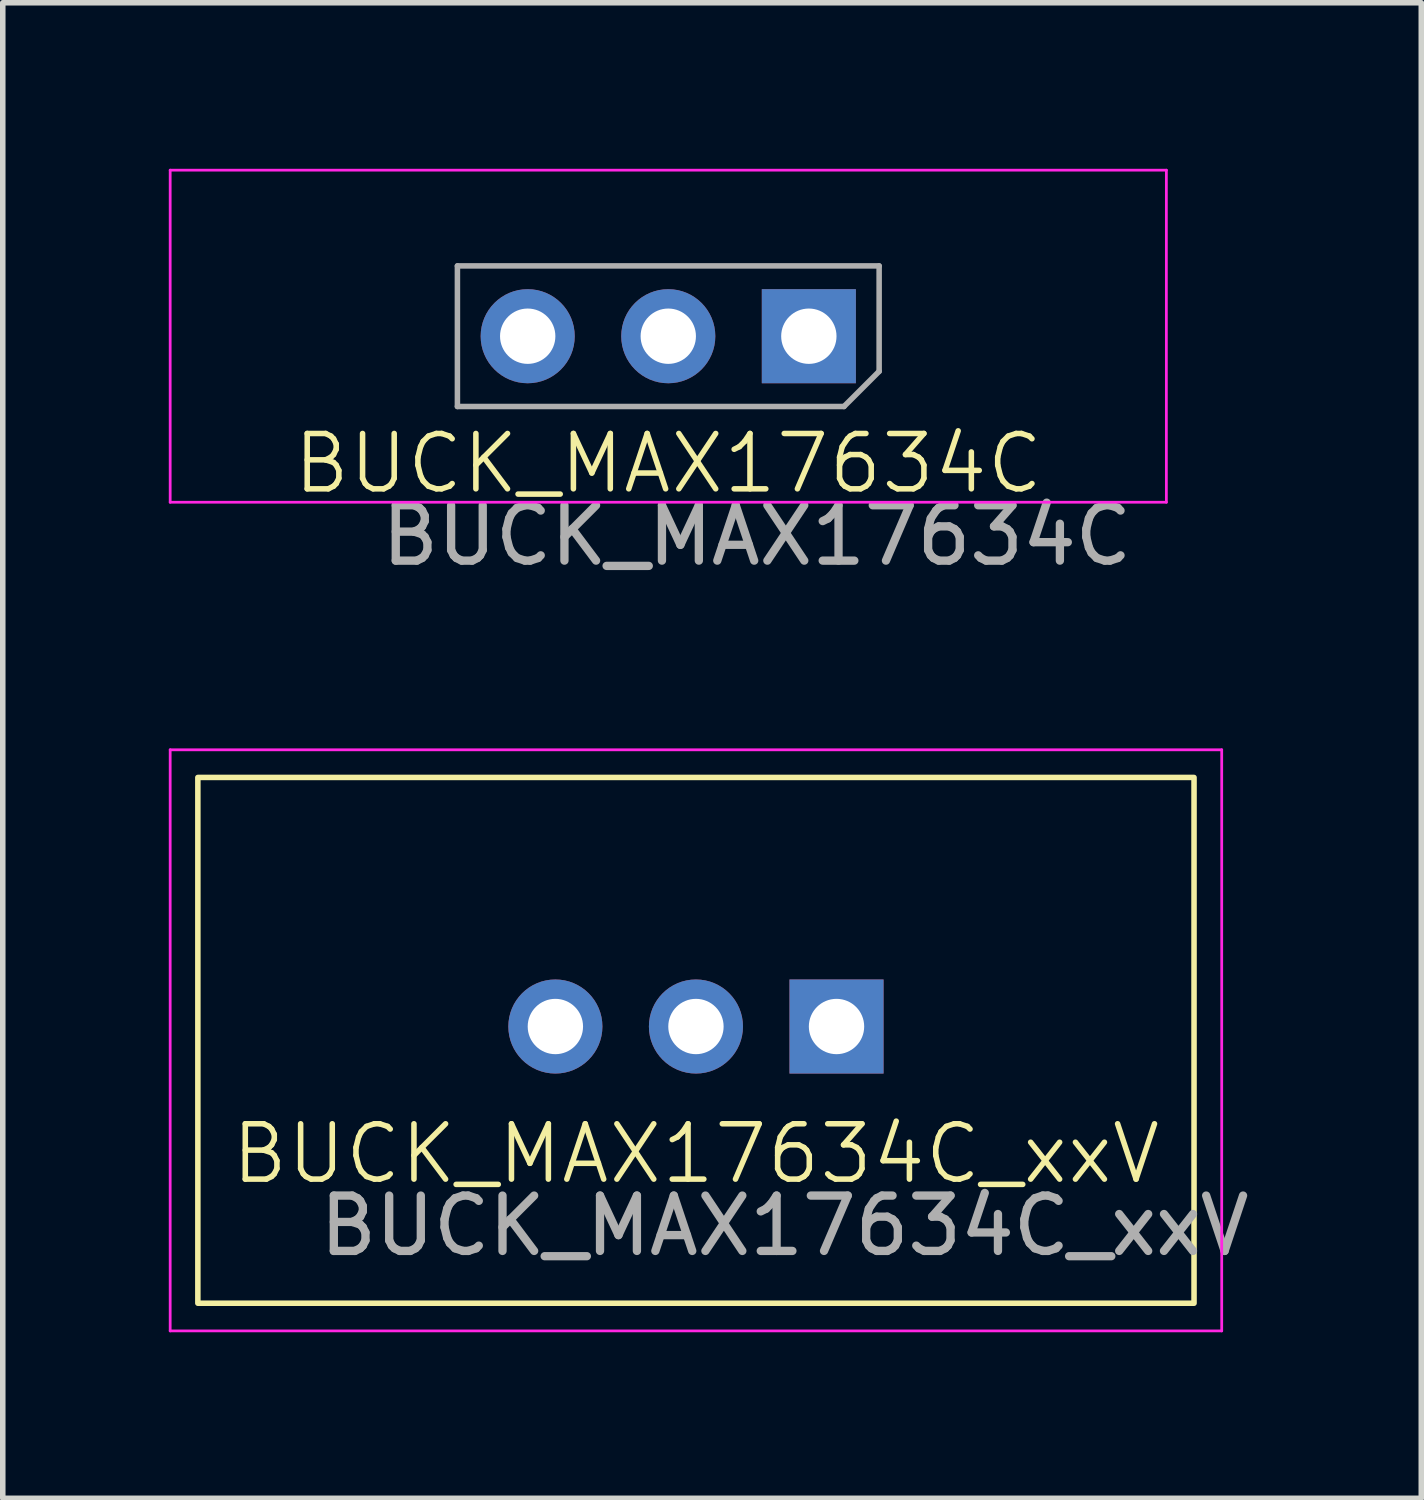
<source format=kicad_pcb>
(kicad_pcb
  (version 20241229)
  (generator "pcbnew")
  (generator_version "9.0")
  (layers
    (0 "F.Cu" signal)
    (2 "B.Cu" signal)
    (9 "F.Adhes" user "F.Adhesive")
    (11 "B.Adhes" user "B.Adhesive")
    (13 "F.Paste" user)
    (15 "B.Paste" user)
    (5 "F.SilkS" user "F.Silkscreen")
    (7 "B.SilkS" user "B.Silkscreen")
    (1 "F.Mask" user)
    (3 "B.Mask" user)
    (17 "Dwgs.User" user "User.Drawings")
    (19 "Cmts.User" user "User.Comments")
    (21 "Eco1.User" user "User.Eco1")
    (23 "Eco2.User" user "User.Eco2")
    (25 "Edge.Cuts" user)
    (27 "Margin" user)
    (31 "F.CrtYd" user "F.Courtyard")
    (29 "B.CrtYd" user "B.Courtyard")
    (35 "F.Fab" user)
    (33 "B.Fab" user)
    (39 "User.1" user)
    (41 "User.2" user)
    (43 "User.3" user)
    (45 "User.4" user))
  (footprint "BUCK_MAX17634C_xxV"
    (layer "F.Cu")
    (at 9.525 15.498)
    (property "Reference" "BUCK_MAX17634C_xxV" (at 0 2.3 0) (unlocked yes) (layer "F.SilkS") (effects (font (size 1 1) (thickness 0.1))))
    (attr through_hole)
    (fp_rect (start -9 -4.5) (end 9 5) (stroke (width 0.1) (type default)) (fill no) (layer "F.SilkS"))
    (fp_line (start -9.5 -5) (end 9.5 -5) (stroke (width 0.05) (type solid)) (layer "F.CrtYd"))
    (fp_line (start -9.5 5.5) (end -9.5 -5) (stroke (width 0.05) (type solid)) (layer "F.CrtYd"))
    (fp_line (start 9.5 -5) (end 9.5 5.5) (stroke (width 0.05) (type solid)) (layer "F.CrtYd"))
    (fp_line (start 9.5 5.5) (end -9.5 5.5) (stroke (width 0.05) (type solid)) (layer "F.CrtYd"))
    (fp_text user "${REFERENCE}" (at 1.6 3.6 0) (unlocked yes) (layer "F.Fab") (effects (font (size 1 1) (thickness 0.15))))
    (pad "1" thru_hole rect (at 2.54 0 270) (size 1.7 1.7) (drill 1) (layers "*.Cu" "*.Mask"))
    (pad "2" thru_hole oval (at 0 0 270) (size 1.7 1.7) (drill 1) (layers "*.Cu" "*.Mask"))
    (pad "3" thru_hole oval (at -2.54 0 270) (size 1.7 1.7) (drill 1) (layers "*.Cu" "*.Mask")))
  (footprint "BUCK_MAX17634C"
    (layer "F.Cu")
    (at 9.025 3.025)
    (property "Reference" "BUCK_MAX17634C" (at 0 2.3 0) (unlocked yes) (layer "F.SilkS") (effects (font (size 1 1) (thickness 0.1))))
    (attr through_hole)
    (fp_line (start -9 -3) (end 9 -3) (stroke (width 0.05) (type solid)) (layer "F.CrtYd"))
    (fp_line (start -9 3) (end -9 -3) (stroke (width 0.05) (type solid)) (layer "F.CrtYd"))
    (fp_line (start 9 -3) (end 9 3) (stroke (width 0.05) (type solid)) (layer "F.CrtYd"))
    (fp_line (start 9 3) (end -9 3) (stroke (width 0.05) (type solid)) (layer "F.CrtYd"))
    (fp_line (start -3.81 -1.27) (end 3.81 -1.27) (stroke (width 0.1) (type solid)) (layer "F.Fab"))
    (fp_line (start -3.81 1.27) (end -3.81 -1.27) (stroke (width 0.1) (type solid)) (layer "F.Fab"))
    (fp_line (start 3.175 1.27) (end -3.81 1.27) (stroke (width 0.1) (type solid)) (layer "F.Fab"))
    (fp_line (start 3.81 -1.27) (end 3.81 0.635) (stroke (width 0.1) (type solid)) (layer "F.Fab"))
    (fp_line (start 3.81 0.635) (end 3.175 1.27) (stroke (width 0.1) (type solid)) (layer "F.Fab"))
    (fp_text user "${REFERENCE}" (at 1.6 3.6 0) (unlocked yes) (layer "F.Fab") (effects (font (size 1 1) (thickness 0.15))))
    (pad "1" thru_hole rect (at 2.54 0 270) (size 1.7 1.7) (drill 1) (layers "*.Cu" "*.Mask"))
    (pad "2" thru_hole oval (at 0 0 270) (size 1.7 1.7) (drill 1) (layers "*.Cu" "*.Mask"))
    (pad "3" thru_hole oval (at -2.54 0 270) (size 1.7 1.7) (drill 1) (layers "*.Cu" "*.Mask")))
  (gr_rect
    (start -3 -3)
    (end 22.631 24.023)
    (stroke (width 0.1) (type default))
    (fill no)
    (layer "Edge.Cuts")))
</source>
